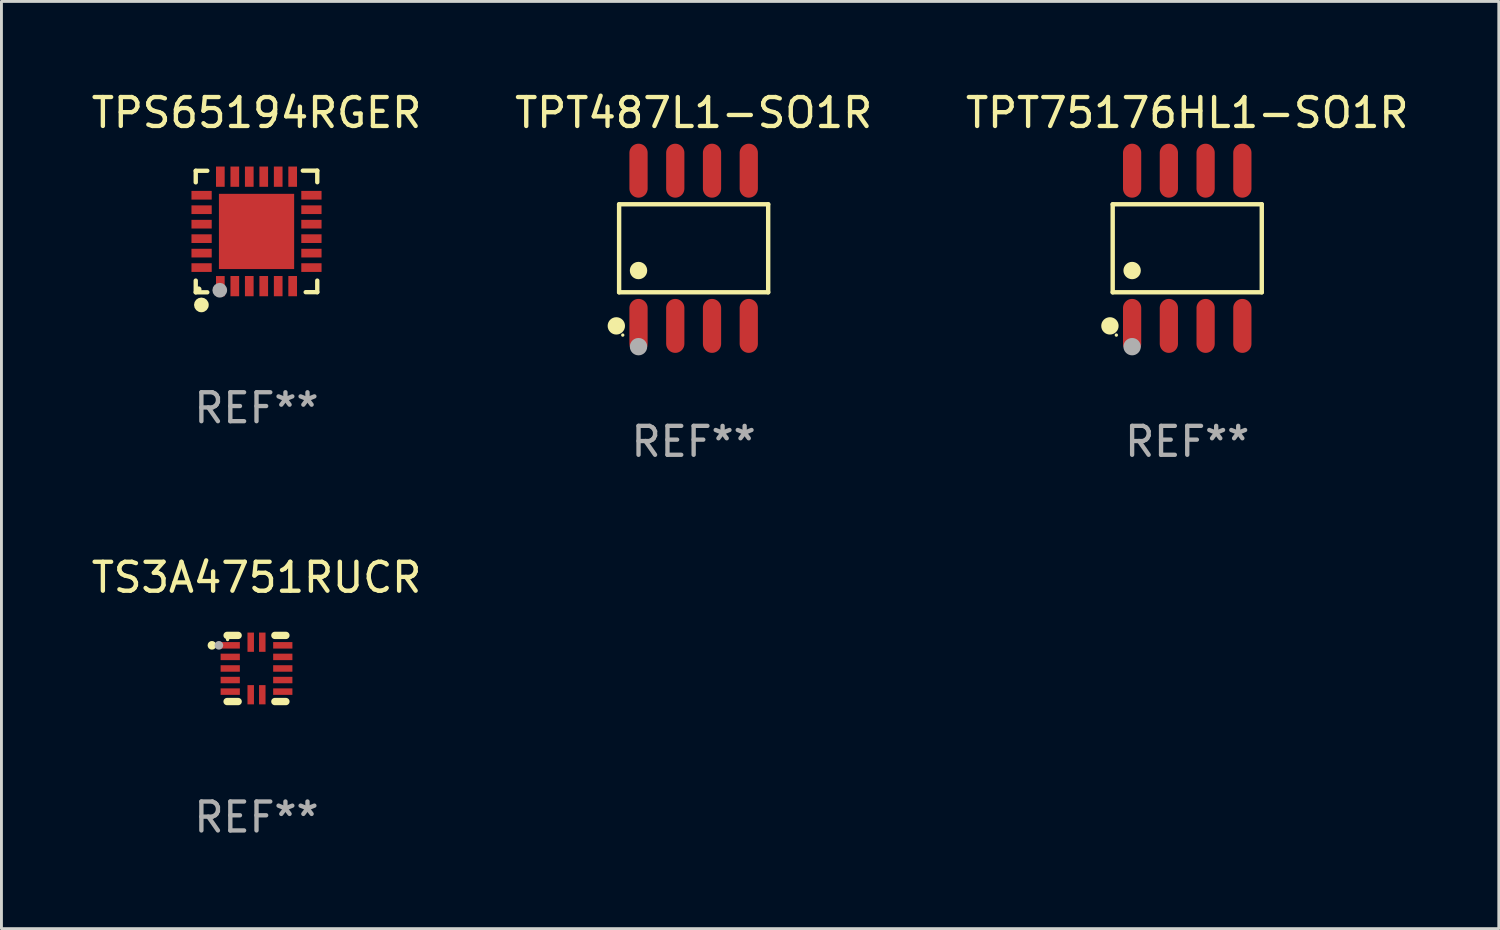
<source format=kicad_pcb>
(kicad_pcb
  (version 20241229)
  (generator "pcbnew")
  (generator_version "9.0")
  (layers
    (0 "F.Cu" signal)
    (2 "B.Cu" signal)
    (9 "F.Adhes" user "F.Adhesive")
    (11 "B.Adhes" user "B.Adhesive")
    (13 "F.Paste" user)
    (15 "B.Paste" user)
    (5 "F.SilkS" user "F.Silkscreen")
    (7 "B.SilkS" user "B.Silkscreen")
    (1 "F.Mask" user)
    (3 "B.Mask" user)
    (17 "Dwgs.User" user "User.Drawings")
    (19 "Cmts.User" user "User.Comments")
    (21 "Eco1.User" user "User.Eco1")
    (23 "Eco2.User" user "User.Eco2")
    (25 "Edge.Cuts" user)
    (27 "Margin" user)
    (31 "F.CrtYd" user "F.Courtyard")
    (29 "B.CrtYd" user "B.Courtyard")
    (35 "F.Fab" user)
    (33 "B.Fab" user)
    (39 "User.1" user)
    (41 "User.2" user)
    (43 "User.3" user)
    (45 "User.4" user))
  (footprint "TPS65194RGER"
    (layer "F.Cu")
    (at 5.815 4.95)
    (property "Reference" "TPS65194RGER" (at 0 -4.102 0) (layer "F.SilkS") (effects (font (size 1 1) (thickness 0.15))))
    (attr through_hole)
    (fp_line (start -2.1 -2.098) (end -1.7 -2.098) (stroke (width 0.15) (type solid)) (layer "F.SilkS"))
    (fp_line (start -2.1 -1.698) (end -2.1 -2.098) (stroke (width 0.15) (type solid)) (layer "F.SilkS"))
    (fp_line (start -2.1 2.102) (end -2.1 1.698) (stroke (width 0.15) (type solid)) (layer "F.SilkS"))
    (fp_line (start -1.7 2.102) (end -2.1 2.102) (stroke (width 0.15) (type solid)) (layer "F.SilkS"))
    (fp_line (start 1.6 -2.102) (end 2.1 -2.102) (stroke (width 0.15) (type solid)) (layer "F.SilkS"))
    (fp_line (start 1.7 2.098) (end 2.1 2.098) (stroke (width 0.15) (type solid)) (layer "F.SilkS"))
    (fp_line (start 2.1 -2.102) (end 2.1 -1.702) (stroke (width 0.15) (type solid)) (layer "F.SilkS"))
    (fp_line (start 2.1 2.098) (end 2.1 1.698) (stroke (width 0.15) (type solid)) (layer "F.SilkS"))
    (fp_circle (center -2 1.998) (end -1.95 1.998) (stroke (width 0.1) (type solid)) (fill no) (layer "F.SilkS"))
    (fp_circle (center -1.905 2.538) (end -1.778 2.538) (stroke (width 0.254) (type solid)) (fill no) (layer "F.SilkS"))
    (fp_circle (center -1.27 2.03) (end -1.143 2.03) (stroke (width 0.254) (type solid)) (fill no) (layer "F.Fab"))
    (fp_text user "REF**" (at 0 6.102 0) (layer "F.Fab") (effects (font (size 1 1) (thickness 0.15))))
    (pad "1" smd rect (at -1.25 1.89 180) (size 0.3 0.7) (layers "F.Cu" "F.Mask" "F.Paste"))
    (pad "2" smd rect (at -0.75 1.889 180) (size 0.3 0.7) (layers "F.Cu" "F.Mask" "F.Paste"))
    (pad "3" smd rect (at -0.25 1.889 180) (size 0.3 0.7) (layers "F.Cu" "F.Mask" "F.Paste"))
    (pad "4" smd rect (at 0.25 1.889 180) (size 0.3 0.7) (layers "F.Cu" "F.Mask" "F.Paste"))
    (pad "5" smd rect (at 0.75 1.889 180) (size 0.3 0.7) (layers "F.Cu" "F.Mask" "F.Paste"))
    (pad "6" smd rect (at 1.25 1.889 180) (size 0.3 0.7) (layers "F.Cu" "F.Mask" "F.Paste"))
    (pad "7" smd rect (at 1.898 1.248 270) (size 0.3 0.7) (layers "F.Cu" "F.Mask" "F.Paste"))
    (pad "8" smd rect (at 1.898 0.748 270) (size 0.3 0.7) (layers "F.Cu" "F.Mask" "F.Paste"))
    (pad "9" smd rect (at 1.898 0.248 270) (size 0.3 0.7) (layers "F.Cu" "F.Mask" "F.Paste"))
    (pad "10" smd rect (at 1.898 -0.252 270) (size 0.3 0.7) (layers "F.Cu" "F.Mask" "F.Paste"))
    (pad "11" smd rect (at 1.898 -0.752 270) (size 0.3 0.7) (layers "F.Cu" "F.Mask" "F.Paste"))
    (pad "12" smd rect (at 1.898 -1.252 270) (size 0.3 0.7) (layers "F.Cu" "F.Mask" "F.Paste"))
    (pad "13" smd rect (at 1.25 -1.894) (size 0.3 0.7) (layers "F.Cu" "F.Mask" "F.Paste"))
    (pad "14" smd rect (at 0.75 -1.894) (size 0.3 0.7) (layers "F.Cu" "F.Mask" "F.Paste"))
    (pad "15" smd rect (at 0.25 -1.894) (size 0.3 0.7) (layers "F.Cu" "F.Mask" "F.Paste"))
    (pad "16" smd rect (at -0.25 -1.894) (size 0.3 0.7) (layers "F.Cu" "F.Mask" "F.Paste"))
    (pad "17" smd rect (at -0.75 -1.894) (size 0.3 0.7) (layers "F.Cu" "F.Mask" "F.Paste"))
    (pad "18" smd rect (at -1.25 -1.894) (size 0.3 0.7) (layers "F.Cu" "F.Mask" "F.Paste"))
    (pad "19" smd rect (at -1.898 -1.252 90) (size 0.3 0.7) (layers "F.Cu" "F.Mask" "F.Paste"))
    (pad "20" smd rect (at -1.898 -0.752 90) (size 0.3 0.7) (layers "F.Cu" "F.Mask" "F.Paste"))
    (pad "21" smd rect (at -1.898 -0.252 90) (size 0.3 0.7) (layers "F.Cu" "F.Mask" "F.Paste"))
    (pad "22" smd rect (at -1.898 0.248 90) (size 0.3 0.7) (layers "F.Cu" "F.Mask" "F.Paste"))
    (pad "23" smd rect (at -1.898 0.748 90) (size 0.3 0.7) (layers "F.Cu" "F.Mask" "F.Paste"))
    (pad "24" smd rect (at -1.898 1.248 90) (size 0.3 0.7) (layers "F.Cu" "F.Mask" "F.Paste"))
    (pad "25" smd rect (at 0.001 -0.001 90) (size 2.6 2.6) (layers "F.Cu" "F.Mask" "F.Paste")))
  (footprint "TS3A4751RUCR"
    (layer "F.Cu")
    (at 5.815 20.053)
    (property "Reference" "TS3A4751RUCR" (at 0 -3.143 0) (layer "F.SilkS") (effects (font (size 1 1) (thickness 0.15))))
    (attr through_hole)
    (fp_line (start -1.016 -1.143) (end -0.635 -1.143) (stroke (width 0.254) (type solid)) (layer "F.SilkS"))
    (fp_line (start -0.635 1.143) (end -1.016 1.143) (stroke (width 0.254) (type solid)) (layer "F.SilkS"))
    (fp_line (start 0.635 -1.143) (end 1.016 -1.143) (stroke (width 0.254) (type solid)) (layer "F.SilkS"))
    (fp_line (start 1.016 1.143) (end 0.635 1.143) (stroke (width 0.254) (type solid)) (layer "F.SilkS"))
    (fp_circle (center -1.54 -0.8) (end -1.465 -0.8) (stroke (width 0.15) (type solid)) (fill no) (layer "F.SilkS"))
    (fp_circle (center -1 -1) (end -0.97 -1) (stroke (width 0.06) (type solid)) (fill no) (layer "F.SilkS"))
    (fp_circle (center -1.3 -0.8) (end -1.225 -0.8) (stroke (width 0.15) (type solid)) (fill no) (layer "F.Fab"))
    (fp_text user "REF**" (at 0 5.143 0) (layer "F.Fab") (effects (font (size 1 1) (thickness 0.15))))
    (pad "1" smd rect (at -0.908 -0.8) (size 0.665 0.224) (layers "F.Cu" "F.Mask" "F.Paste"))
    (pad "2" smd rect (at -0.908 -0.4) (size 0.665 0.224) (layers "F.Cu" "F.Mask" "F.Paste"))
    (pad "3" smd rect (at -0.908 0) (size 0.665 0.224) (layers "F.Cu" "F.Mask" "F.Paste"))
    (pad "4" smd rect (at -0.908 0.4) (size 0.665 0.224) (layers "F.Cu" "F.Mask" "F.Paste"))
    (pad "5" smd rect (at -0.908 0.8) (size 0.665 0.224) (layers "F.Cu" "F.Mask" "F.Paste"))
    (pad "6" smd rect (at -0.2 0.908) (size 0.224 0.665) (layers "F.Cu" "F.Mask" "F.Paste"))
    (pad "7" smd rect (at 0.2 0.908) (size 0.224 0.665) (layers "F.Cu" "F.Mask" "F.Paste"))
    (pad "8" smd rect (at 0.908 0.8) (size 0.665 0.224) (layers "F.Cu" "F.Mask" "F.Paste"))
    (pad "9" smd rect (at 0.908 0.4) (size 0.665 0.224) (layers "F.Cu" "F.Mask" "F.Paste"))
    (pad "10" smd rect (at 0.908 0) (size 0.665 0.224) (layers "F.Cu" "F.Mask" "F.Paste"))
    (pad "11" smd rect (at 0.908 -0.4) (size 0.665 0.224) (layers "F.Cu" "F.Mask" "F.Paste"))
    (pad "12" smd rect (at 0.908 -0.8) (size 0.665 0.224) (layers "F.Cu" "F.Mask" "F.Paste"))
    (pad "13" smd rect (at 0.2 -0.908) (size 0.224 0.665) (layers "F.Cu" "F.Mask" "F.Paste"))
    (pad "14" smd rect (at -0.2 -0.908) (size 0.224 0.665) (layers "F.Cu" "F.Mask" "F.Paste")))
  (footprint "TPT75176HL1-SO1R"
    (layer "F.Cu")
    (at 37.982 5.531)
    (property "Reference" "TPT75176HL1-SO1R" (at 0 -4.682 0) (layer "F.SilkS") (effects (font (size 1 1) (thickness 0.15))))
    (attr through_hole)
    (fp_line (start -2.576 -1.521) (end 2.576 -1.521) (stroke (width 0.152) (type solid)) (layer "F.SilkS"))
    (fp_line (start -2.576 1.521) (end -2.576 -1.521) (stroke (width 0.152) (type solid)) (layer "F.SilkS"))
    (fp_line (start 2.576 -1.521) (end 2.576 1.521) (stroke (width 0.152) (type solid)) (layer "F.SilkS"))
    (fp_line (start 2.576 1.521) (end -2.576 1.521) (stroke (width 0.152) (type solid)) (layer "F.SilkS"))
    (fp_circle (center -2.672 2.682) (end -2.522 2.682) (stroke (width 0.3) (type solid)) (fill no) (layer "F.SilkS"))
    (fp_circle (center -2.45 3) (end -2.42 3) (stroke (width 0.06) (type solid)) (fill no) (layer "F.SilkS"))
    (fp_circle (center -1.905 0.769) (end -1.755 0.769) (stroke (width 0.3) (type solid)) (fill no) (layer "F.SilkS"))
    (fp_circle (center -1.905 3.4) (end -1.755 3.4) (stroke (width 0.3) (type solid)) (fill no) (layer "F.Fab"))
    (fp_text user "REF**" (at 0 6.682 0) (layer "F.Fab") (effects (font (size 1 1) (thickness 0.15))))
    (pad "1" smd oval (at -1.905 2.682) (size 0.63 1.865) (layers "F.Cu" "F.Mask" "F.Paste"))
    (pad "2" smd oval (at -0.635 2.682) (size 0.63 1.865) (layers "F.Cu" "F.Mask" "F.Paste"))
    (pad "3" smd oval (at 0.635 2.682) (size 0.63 1.865) (layers "F.Cu" "F.Mask" "F.Paste"))
    (pad "4" smd oval (at 1.905 2.682) (size 0.63 1.865) (layers "F.Cu" "F.Mask" "F.Paste"))
    (pad "5" smd oval (at 1.905 -2.682) (size 0.63 1.865) (layers "F.Cu" "F.Mask" "F.Paste"))
    (pad "6" smd oval (at 0.635 -2.682) (size 0.63 1.865) (layers "F.Cu" "F.Mask" "F.Paste"))
    (pad "7" smd oval (at -0.635 -2.682) (size 0.63 1.865) (layers "F.Cu" "F.Mask" "F.Paste"))
    (pad "8" smd oval (at -1.905 -2.682) (size 0.63 1.865) (layers "F.Cu" "F.Mask" "F.Paste")))
  (footprint "TPT487L1-SO1R"
    (layer "F.Cu")
    (at 20.923 5.531)
    (property "Reference" "TPT487L1-SO1R" (at 0 -4.682 0) (layer "F.SilkS") (effects (font (size 1 1) (thickness 0.15))))
    (attr through_hole)
    (fp_line (start -2.576 -1.521) (end 2.576 -1.521) (stroke (width 0.152) (type solid)) (layer "F.SilkS"))
    (fp_line (start -2.576 1.521) (end -2.576 -1.521) (stroke (width 0.152) (type solid)) (layer "F.SilkS"))
    (fp_line (start 2.576 -1.521) (end 2.576 1.521) (stroke (width 0.152) (type solid)) (layer "F.SilkS"))
    (fp_line (start 2.576 1.521) (end -2.576 1.521) (stroke (width 0.152) (type solid)) (layer "F.SilkS"))
    (fp_circle (center -2.672 2.682) (end -2.522 2.682) (stroke (width 0.3) (type solid)) (fill no) (layer "F.SilkS"))
    (fp_circle (center -2.45 3) (end -2.42 3) (stroke (width 0.06) (type solid)) (fill no) (layer "F.SilkS"))
    (fp_circle (center -1.905 0.769) (end -1.755 0.769) (stroke (width 0.3) (type solid)) (fill no) (layer "F.SilkS"))
    (fp_circle (center -1.905 3.4) (end -1.755 3.4) (stroke (width 0.3) (type solid)) (fill no) (layer "F.Fab"))
    (fp_text user "REF**" (at 0 6.682 0) (layer "F.Fab") (effects (font (size 1 1) (thickness 0.15))))
    (pad "1" smd oval (at -1.905 2.682) (size 0.63 1.865) (layers "F.Cu" "F.Mask" "F.Paste"))
    (pad "2" smd oval (at -0.635 2.682) (size 0.63 1.865) (layers "F.Cu" "F.Mask" "F.Paste"))
    (pad "3" smd oval (at 0.635 2.682) (size 0.63 1.865) (layers "F.Cu" "F.Mask" "F.Paste"))
    (pad "4" smd oval (at 1.905 2.682) (size 0.63 1.865) (layers "F.Cu" "F.Mask" "F.Paste"))
    (pad "5" smd oval (at 1.905 -2.682) (size 0.63 1.865) (layers "F.Cu" "F.Mask" "F.Paste"))
    (pad "6" smd oval (at 0.635 -2.682) (size 0.63 1.865) (layers "F.Cu" "F.Mask" "F.Paste"))
    (pad "7" smd oval (at -0.635 -2.682) (size 0.63 1.865) (layers "F.Cu" "F.Mask" "F.Paste"))
    (pad "8" smd oval (at -1.905 -2.682) (size 0.63 1.865) (layers "F.Cu" "F.Mask" "F.Paste")))
  (gr_rect
    (start -3 -3)
    (end 48.75 29.044)
    (stroke (width 0.1) (type default))
    (fill no)
    (layer "Edge.Cuts")))
</source>
